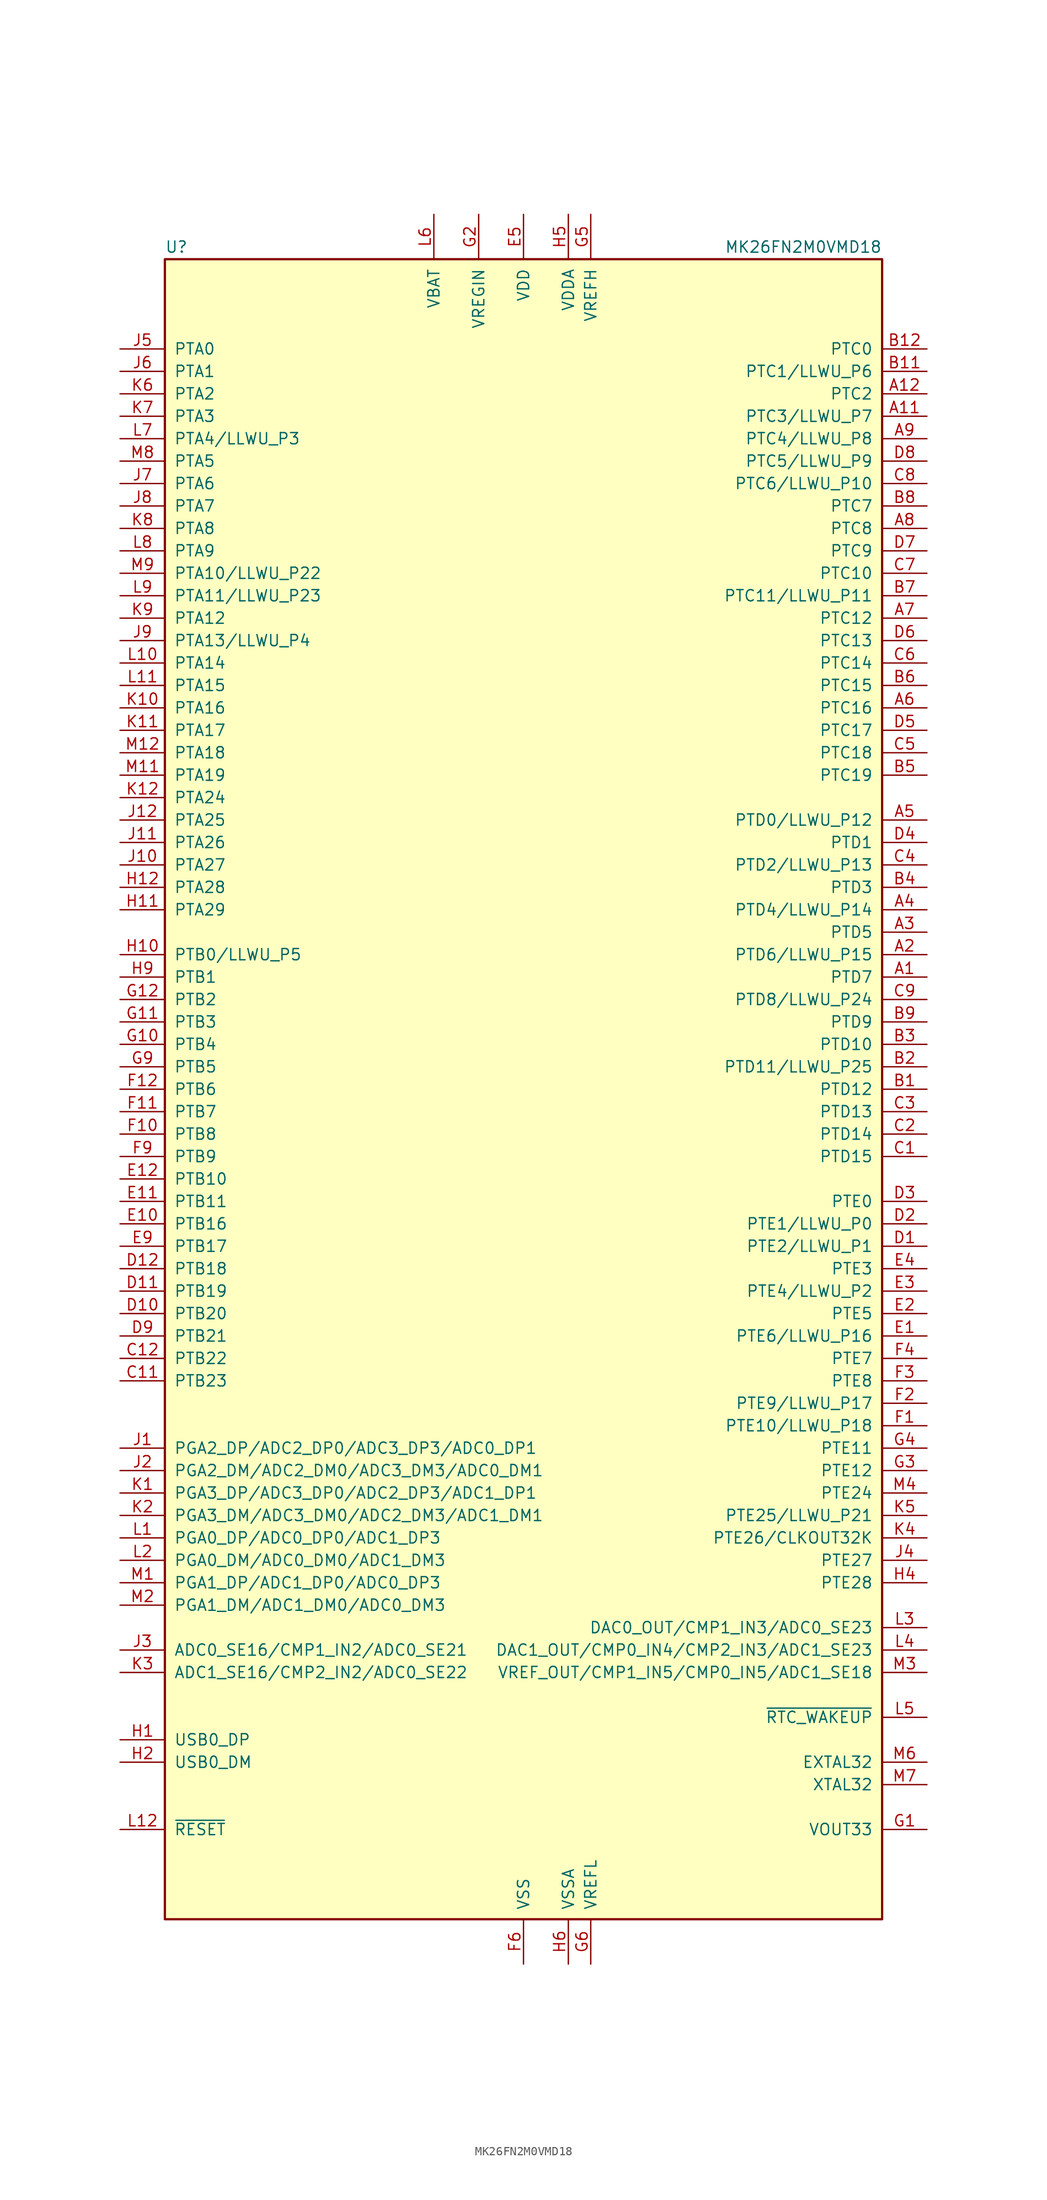
<source format=kicad_sym>
(kicad_symbol_lib
  (version 20220914)
  (generator kicad_symbol_editor)
  (symbol "MK26FN2M0VMD18"
    (pin_names
      (offset 1.016))
    (property "Reference" "U"
      (at -40.64 94.615 0)
      (effects (font (size 1.27 1.27)) (justify left bottom)))
    (property "Value" "MK26FN2M0VMD18"
      (at 40.64 94.615 0)
      (effects (font (size 1.27 1.27)) (justify right bottom)))
    (symbol "MK26FN2M0VMD18_0_1"
      (rectangle (start -40.64 93.98) (end 40.64 -93.98) (stroke (width 0.254) (type default)) (fill (type background))))
    (symbol "MK26FN2M0VMD18_1_1"
      (pin bidirectional line (at 45.72 12.7 180) (length 5.08) (name "PTD7" (effects (font (size 1.27 1.27)))) (number "A1" (effects (font (size 1.27 1.27)))))
      (pin no_connect line (at -12.7 -99.06 90) (length 5.08) hide (name "NC" (effects (font (size 1.27 1.27)))) (number "A10" (effects (font (size 1.27 1.27)))))
      (pin bidirectional line (at 45.72 76.2 180) (length 5.08) (name "PTC3/LLWU_P7" (effects (font (size 1.27 1.27)))) (number "A11" (effects (font (size 1.27 1.27)))))
      (pin bidirectional line (at 45.72 78.74 180) (length 5.08) (name "PTC2" (effects (font (size 1.27 1.27)))) (number "A12" (effects (font (size 1.27 1.27)))))
      (pin bidirectional line (at 45.72 15.24 180) (length 5.08) (name "PTD6/LLWU_P15" (effects (font (size 1.27 1.27)))) (number "A2" (effects (font (size 1.27 1.27)))))
      (pin bidirectional line (at 45.72 17.78 180) (length 5.08) (name "PTD5" (effects (font (size 1.27 1.27)))) (number "A3" (effects (font (size 1.27 1.27)))))
      (pin bidirectional line (at 45.72 20.32 180) (length 5.08) (name "PTD4/LLWU_P14" (effects (font (size 1.27 1.27)))) (number "A4" (effects (font (size 1.27 1.27)))))
      (pin bidirectional line (at 45.72 30.48 180) (length 5.08) (name "PTD0/LLWU_P12" (effects (font (size 1.27 1.27)))) (number "A5" (effects (font (size 1.27 1.27)))))
      (pin bidirectional line (at 45.72 43.18 180) (length 5.08) (name "PTC16" (effects (font (size 1.27 1.27)))) (number "A6" (effects (font (size 1.27 1.27)))))
      (pin bidirectional line (at 45.72 53.34 180) (length 5.08) (name "PTC12" (effects (font (size 1.27 1.27)))) (number "A7" (effects (font (size 1.27 1.27)))))
      (pin bidirectional line (at 45.72 63.5 180) (length 5.08) (name "PTC8" (effects (font (size 1.27 1.27)))) (number "A8" (effects (font (size 1.27 1.27)))))
      (pin bidirectional line (at 45.72 73.66 180) (length 5.08) (name "PTC4/LLWU_P8" (effects (font (size 1.27 1.27)))) (number "A9" (effects (font (size 1.27 1.27)))))
      (pin bidirectional line (at 45.72 0 180) (length 5.08) (name "PTD12" (effects (font (size 1.27 1.27)))) (number "B1" (effects (font (size 1.27 1.27)))))
      (pin no_connect line (at -10.16 -99.06 90) (length 5.08) hide (name "NC" (effects (font (size 1.27 1.27)))) (number "B10" (effects (font (size 1.27 1.27)))))
      (pin bidirectional line (at 45.72 81.28 180) (length 5.08) (name "PTC1/LLWU_P6" (effects (font (size 1.27 1.27)))) (number "B11" (effects (font (size 1.27 1.27)))))
      (pin bidirectional line (at 45.72 83.82 180) (length 5.08) (name "PTC0" (effects (font (size 1.27 1.27)))) (number "B12" (effects (font (size 1.27 1.27)))))
      (pin bidirectional line (at 45.72 2.54 180) (length 5.08) (name "PTD11/LLWU_P25" (effects (font (size 1.27 1.27)))) (number "B2" (effects (font (size 1.27 1.27)))))
      (pin bidirectional line (at 45.72 5.08 180) (length 5.08) (name "PTD10" (effects (font (size 1.27 1.27)))) (number "B3" (effects (font (size 1.27 1.27)))))
      (pin bidirectional line (at 45.72 22.86 180) (length 5.08) (name "PTD3" (effects (font (size 1.27 1.27)))) (number "B4" (effects (font (size 1.27 1.27)))))
      (pin bidirectional line (at 45.72 35.56 180) (length 5.08) (name "PTC19" (effects (font (size 1.27 1.27)))) (number "B5" (effects (font (size 1.27 1.27)))))
      (pin bidirectional line (at 45.72 45.72 180) (length 5.08) (name "PTC15" (effects (font (size 1.27 1.27)))) (number "B6" (effects (font (size 1.27 1.27)))))
      (pin bidirectional line (at 45.72 55.88 180) (length 5.08) (name "PTC11/LLWU_P11" (effects (font (size 1.27 1.27)))) (number "B7" (effects (font (size 1.27 1.27)))))
      (pin bidirectional line (at 45.72 66.04 180) (length 5.08) (name "PTC7" (effects (font (size 1.27 1.27)))) (number "B8" (effects (font (size 1.27 1.27)))))
      (pin bidirectional line (at 45.72 7.62 180) (length 5.08) (name "PTD9" (effects (font (size 1.27 1.27)))) (number "B9" (effects (font (size 1.27 1.27)))))
      (pin bidirectional line (at 45.72 -7.62 180) (length 5.08) (name "PTD15" (effects (font (size 1.27 1.27)))) (number "C1" (effects (font (size 1.27 1.27)))))
      (pin no_connect line (at -7.62 -99.06 90) (length 5.08) hide (name "NC" (effects (font (size 1.27 1.27)))) (number "C10" (effects (font (size 1.27 1.27)))))
      (pin bidirectional line (at -45.72 -33.02 0) (length 5.08) (name "PTB23" (effects (font (size 1.27 1.27)))) (number "C11" (effects (font (size 1.27 1.27)))))
      (pin bidirectional line (at -45.72 -30.48 0) (length 5.08) (name "PTB22" (effects (font (size 1.27 1.27)))) (number "C12" (effects (font (size 1.27 1.27)))))
      (pin bidirectional line (at 45.72 -5.08 180) (length 5.08) (name "PTD14" (effects (font (size 1.27 1.27)))) (number "C2" (effects (font (size 1.27 1.27)))))
      (pin bidirectional line (at 45.72 -2.54 180) (length 5.08) (name "PTD13" (effects (font (size 1.27 1.27)))) (number "C3" (effects (font (size 1.27 1.27)))))
      (pin bidirectional line (at 45.72 25.4 180) (length 5.08) (name "PTD2/LLWU_P13" (effects (font (size 1.27 1.27)))) (number "C4" (effects (font (size 1.27 1.27)))))
      (pin bidirectional line (at 45.72 38.1 180) (length 5.08) (name "PTC18" (effects (font (size 1.27 1.27)))) (number "C5" (effects (font (size 1.27 1.27)))))
      (pin bidirectional line (at 45.72 48.26 180) (length 5.08) (name "PTC14" (effects (font (size 1.27 1.27)))) (number "C6" (effects (font (size 1.27 1.27)))))
      (pin bidirectional line (at 45.72 58.42 180) (length 5.08) (name "PTC10" (effects (font (size 1.27 1.27)))) (number "C7" (effects (font (size 1.27 1.27)))))
      (pin bidirectional line (at 45.72 68.58 180) (length 5.08) (name "PTC6/LLWU_P10" (effects (font (size 1.27 1.27)))) (number "C8" (effects (font (size 1.27 1.27)))))
      (pin bidirectional line (at 45.72 10.16 180) (length 5.08) (name "PTD8/LLWU_P24" (effects (font (size 1.27 1.27)))) (number "C9" (effects (font (size 1.27 1.27)))))
      (pin bidirectional line (at 45.72 -17.78 180) (length 5.08) (name "PTE2/LLWU_P1" (effects (font (size 1.27 1.27)))) (number "D1" (effects (font (size 1.27 1.27)))))
      (pin bidirectional line (at -45.72 -25.4 0) (length 5.08) (name "PTB20" (effects (font (size 1.27 1.27)))) (number "D10" (effects (font (size 1.27 1.27)))))
      (pin bidirectional line (at -45.72 -22.86 0) (length 5.08) (name "PTB19" (effects (font (size 1.27 1.27)))) (number "D11" (effects (font (size 1.27 1.27)))))
      (pin bidirectional line (at -45.72 -20.32 0) (length 5.08) (name "PTB18" (effects (font (size 1.27 1.27)))) (number "D12" (effects (font (size 1.27 1.27)))))
      (pin bidirectional line (at 45.72 -15.24 180) (length 5.08) (name "PTE1/LLWU_P0" (effects (font (size 1.27 1.27)))) (number "D2" (effects (font (size 1.27 1.27)))))
      (pin bidirectional line (at 45.72 -12.7 180) (length 5.08) (name "PTE0" (effects (font (size 1.27 1.27)))) (number "D3" (effects (font (size 1.27 1.27)))))
      (pin bidirectional line (at 45.72 27.94 180) (length 5.08) (name "PTD1" (effects (font (size 1.27 1.27)))) (number "D4" (effects (font (size 1.27 1.27)))))
      (pin bidirectional line (at 45.72 40.64 180) (length 5.08) (name "PTC17" (effects (font (size 1.27 1.27)))) (number "D5" (effects (font (size 1.27 1.27)))))
      (pin bidirectional line (at 45.72 50.8 180) (length 5.08) (name "PTC13" (effects (font (size 1.27 1.27)))) (number "D6" (effects (font (size 1.27 1.27)))))
      (pin bidirectional line (at 45.72 60.96 180) (length 5.08) (name "PTC9" (effects (font (size 1.27 1.27)))) (number "D7" (effects (font (size 1.27 1.27)))))
      (pin bidirectional line (at 45.72 71.12 180) (length 5.08) (name "PTC5/LLWU_P9" (effects (font (size 1.27 1.27)))) (number "D8" (effects (font (size 1.27 1.27)))))
      (pin bidirectional line (at -45.72 -27.94 0) (length 5.08) (name "PTB21" (effects (font (size 1.27 1.27)))) (number "D9" (effects (font (size 1.27 1.27)))))
      (pin bidirectional line (at 45.72 -27.94 180) (length 5.08) (name "PTE6/LLWU_P16" (effects (font (size 1.27 1.27)))) (number "E1" (effects (font (size 1.27 1.27)))))
      (pin bidirectional line (at -45.72 -15.24 0) (length 5.08) (name "PTB16" (effects (font (size 1.27 1.27)))) (number "E10" (effects (font (size 1.27 1.27)))))
      (pin bidirectional line (at -45.72 -12.7 0) (length 5.08) (name "PTB11" (effects (font (size 1.27 1.27)))) (number "E11" (effects (font (size 1.27 1.27)))))
      (pin bidirectional line (at -45.72 -10.16 0) (length 5.08) (name "PTB10" (effects (font (size 1.27 1.27)))) (number "E12" (effects (font (size 1.27 1.27)))))
      (pin bidirectional line (at 45.72 -25.4 180) (length 5.08) (name "PTE5" (effects (font (size 1.27 1.27)))) (number "E2" (effects (font (size 1.27 1.27)))))
      (pin bidirectional line (at 45.72 -22.86 180) (length 5.08) (name "PTE4/LLWU_P2" (effects (font (size 1.27 1.27)))) (number "E3" (effects (font (size 1.27 1.27)))))
      (pin bidirectional line (at 45.72 -20.32 180) (length 5.08) (name "PTE3" (effects (font (size 1.27 1.27)))) (number "E4" (effects (font (size 1.27 1.27)))))
      (pin power_in line (at 0 99.06 270) (length 5.08) (name "VDD" (effects (font (size 1.27 1.27)))) (number "E5" (effects (font (size 1.27 1.27)))))
      (pin passive line (at 0 99.06 270) (length 5.08) hide (name "VDD" (effects (font (size 1.27 1.27)))) (number "E6" (effects (font (size 1.27 1.27)))))
      (pin passive line (at 0 99.06 270) (length 5.08) hide (name "VDD" (effects (font (size 1.27 1.27)))) (number "E7" (effects (font (size 1.27 1.27)))))
      (pin passive line (at 0 99.06 270) (length 5.08) hide (name "VDD" (effects (font (size 1.27 1.27)))) (number "E8" (effects (font (size 1.27 1.27)))))
      (pin bidirectional line (at -45.72 -17.78 0) (length 5.08) (name "PTB17" (effects (font (size 1.27 1.27)))) (number "E9" (effects (font (size 1.27 1.27)))))
      (pin bidirectional line (at 45.72 -38.1 180) (length 5.08) (name "PTE10/LLWU_P18" (effects (font (size 1.27 1.27)))) (number "F1" (effects (font (size 1.27 1.27)))))
      (pin bidirectional line (at -45.72 -5.08 0) (length 5.08) (name "PTB8" (effects (font (size 1.27 1.27)))) (number "F10" (effects (font (size 1.27 1.27)))))
      (pin bidirectional line (at -45.72 -2.54 0) (length 5.08) (name "PTB7" (effects (font (size 1.27 1.27)))) (number "F11" (effects (font (size 1.27 1.27)))))
      (pin bidirectional line (at -45.72 0 0) (length 5.08) (name "PTB6" (effects (font (size 1.27 1.27)))) (number "F12" (effects (font (size 1.27 1.27)))))
      (pin bidirectional line (at 45.72 -35.56 180) (length 5.08) (name "PTE9/LLWU_P17" (effects (font (size 1.27 1.27)))) (number "F2" (effects (font (size 1.27 1.27)))))
      (pin bidirectional line (at 45.72 -33.02 180) (length 5.08) (name "PTE8" (effects (font (size 1.27 1.27)))) (number "F3" (effects (font (size 1.27 1.27)))))
      (pin bidirectional line (at 45.72 -30.48 180) (length 5.08) (name "PTE7" (effects (font (size 1.27 1.27)))) (number "F4" (effects (font (size 1.27 1.27)))))
      (pin passive line (at 0 99.06 270) (length 5.08) hide (name "VDD" (effects (font (size 1.27 1.27)))) (number "F5" (effects (font (size 1.27 1.27)))))
      (pin power_in line (at 0 -99.06 90) (length 5.08) (name "VSS" (effects (font (size 1.27 1.27)))) (number "F6" (effects (font (size 1.27 1.27)))))
      (pin passive line (at 0 -99.06 90) (length 5.08) hide (name "VSS" (effects (font (size 1.27 1.27)))) (number "F7" (effects (font (size 1.27 1.27)))))
      (pin passive line (at 0 99.06 270) (length 5.08) hide (name "VDD" (effects (font (size 1.27 1.27)))) (number "F8" (effects (font (size 1.27 1.27)))))
      (pin bidirectional line (at -45.72 -7.62 0) (length 5.08) (name "PTB9" (effects (font (size 1.27 1.27)))) (number "F9" (effects (font (size 1.27 1.27)))))
      (pin power_out line (at 45.72 -83.82 180) (length 5.08) (name "VOUT33" (effects (font (size 1.27 1.27)))) (number "G1" (effects (font (size 1.27 1.27)))))
      (pin bidirectional line (at -45.72 5.08 0) (length 5.08) (name "PTB4" (effects (font (size 1.27 1.27)))) (number "G10" (effects (font (size 1.27 1.27)))))
      (pin bidirectional line (at -45.72 7.62 0) (length 5.08) (name "PTB3" (effects (font (size 1.27 1.27)))) (number "G11" (effects (font (size 1.27 1.27)))))
      (pin bidirectional line (at -45.72 10.16 0) (length 5.08) (name "PTB2" (effects (font (size 1.27 1.27)))) (number "G12" (effects (font (size 1.27 1.27)))))
      (pin power_in line (at -5.08 99.06 270) (length 5.08) (name "VREGIN" (effects (font (size 1.27 1.27)))) (number "G2" (effects (font (size 1.27 1.27)))))
      (pin bidirectional line (at 45.72 -43.18 180) (length 5.08) (name "PTE12" (effects (font (size 1.27 1.27)))) (number "G3" (effects (font (size 1.27 1.27)))))
      (pin bidirectional line (at 45.72 -40.64 180) (length 5.08) (name "PTE11" (effects (font (size 1.27 1.27)))) (number "G4" (effects (font (size 1.27 1.27)))))
      (pin power_in line (at 7.62 99.06 270) (length 5.08) (name "VREFH" (effects (font (size 1.27 1.27)))) (number "G5" (effects (font (size 1.27 1.27)))))
      (pin power_in line (at 7.62 -99.06 90) (length 5.08) (name "VREFL" (effects (font (size 1.27 1.27)))) (number "G6" (effects (font (size 1.27 1.27)))))
      (pin passive line (at 0 -99.06 90) (length 5.08) hide (name "VSS" (effects (font (size 1.27 1.27)))) (number "G7" (effects (font (size 1.27 1.27)))))
      (pin passive line (at 0 -99.06 90) (length 5.08) hide (name "VSS" (effects (font (size 1.27 1.27)))) (number "G8" (effects (font (size 1.27 1.27)))))
      (pin bidirectional line (at -45.72 2.54 0) (length 5.08) (name "PTB5" (effects (font (size 1.27 1.27)))) (number "G9" (effects (font (size 1.27 1.27)))))
      (pin bidirectional line (at -45.72 -73.66 0) (length 5.08) (name "USB0_DP" (effects (font (size 1.27 1.27)))) (number "H1" (effects (font (size 1.27 1.27)))))
      (pin bidirectional line (at -45.72 15.24 0) (length 5.08) (name "PTB0/LLWU_P5" (effects (font (size 1.27 1.27)))) (number "H10" (effects (font (size 1.27 1.27)))))
      (pin bidirectional line (at -45.72 20.32 0) (length 5.08) (name "PTA29" (effects (font (size 1.27 1.27)))) (number "H11" (effects (font (size 1.27 1.27)))))
      (pin bidirectional line (at -45.72 22.86 0) (length 5.08) (name "PTA28" (effects (font (size 1.27 1.27)))) (number "H12" (effects (font (size 1.27 1.27)))))
      (pin bidirectional line (at -45.72 -76.2 0) (length 5.08) (name "USB0_DM" (effects (font (size 1.27 1.27)))) (number "H2" (effects (font (size 1.27 1.27)))))
      (pin passive line (at 0 -99.06 90) (length 5.08) hide (name "VSS" (effects (font (size 1.27 1.27)))) (number "H3" (effects (font (size 1.27 1.27)))))
      (pin bidirectional line (at 45.72 -55.88 180) (length 5.08) (name "PTE28" (effects (font (size 1.27 1.27)))) (number "H4" (effects (font (size 1.27 1.27)))))
      (pin power_in line (at 5.08 99.06 270) (length 5.08) (name "VDDA" (effects (font (size 1.27 1.27)))) (number "H5" (effects (font (size 1.27 1.27)))))
      (pin power_in line (at 5.08 -99.06 90) (length 5.08) (name "VSSA" (effects (font (size 1.27 1.27)))) (number "H6" (effects (font (size 1.27 1.27)))))
      (pin passive line (at 0 -99.06 90) (length 5.08) hide (name "VSS" (effects (font (size 1.27 1.27)))) (number "H7" (effects (font (size 1.27 1.27)))))
      (pin passive line (at 0 -99.06 90) (length 5.08) hide (name "VSS" (effects (font (size 1.27 1.27)))) (number "H8" (effects (font (size 1.27 1.27)))))
      (pin bidirectional line (at -45.72 12.7 0) (length 5.08) (name "PTB1" (effects (font (size 1.27 1.27)))) (number "H9" (effects (font (size 1.27 1.27)))))
      (pin input line (at -45.72 -40.64 0) (length 5.08) (name "PGA2_DP/ADC2_DP0/ADC3_DP3/ADC0_DP1" (effects (font (size 1.27 1.27)))) (number "J1" (effects (font (size 1.27 1.27)))))
      (pin bidirectional line (at -45.72 25.4 0) (length 5.08) (name "PTA27" (effects (font (size 1.27 1.27)))) (number "J10" (effects (font (size 1.27 1.27)))))
      (pin bidirectional line (at -45.72 27.94 0) (length 5.08) (name "PTA26" (effects (font (size 1.27 1.27)))) (number "J11" (effects (font (size 1.27 1.27)))))
      (pin bidirectional line (at -45.72 30.48 0) (length 5.08) (name "PTA25" (effects (font (size 1.27 1.27)))) (number "J12" (effects (font (size 1.27 1.27)))))
      (pin input line (at -45.72 -43.18 0) (length 5.08) (name "PGA2_DM/ADC2_DM0/ADC3_DM3/ADC0_DM1" (effects (font (size 1.27 1.27)))) (number "J2" (effects (font (size 1.27 1.27)))))
      (pin input line (at -45.72 -63.5 0) (length 5.08) (name "ADC0_SE16/CMP1_IN2/ADC0_SE21" (effects (font (size 1.27 1.27)))) (number "J3" (effects (font (size 1.27 1.27)))))
      (pin bidirectional line (at 45.72 -53.34 180) (length 5.08) (name "PTE27" (effects (font (size 1.27 1.27)))) (number "J4" (effects (font (size 1.27 1.27)))))
      (pin bidirectional line (at -45.72 83.82 0) (length 5.08) (name "PTA0" (effects (font (size 1.27 1.27)))) (number "J5" (effects (font (size 1.27 1.27)))))
      (pin bidirectional line (at -45.72 81.28 0) (length 5.08) (name "PTA1" (effects (font (size 1.27 1.27)))) (number "J6" (effects (font (size 1.27 1.27)))))
      (pin bidirectional line (at -45.72 68.58 0) (length 5.08) (name "PTA6" (effects (font (size 1.27 1.27)))) (number "J7" (effects (font (size 1.27 1.27)))))
      (pin bidirectional line (at -45.72 66.04 0) (length 5.08) (name "PTA7" (effects (font (size 1.27 1.27)))) (number "J8" (effects (font (size 1.27 1.27)))))
      (pin bidirectional line (at -45.72 50.8 0) (length 5.08) (name "PTA13/LLWU_P4" (effects (font (size 1.27 1.27)))) (number "J9" (effects (font (size 1.27 1.27)))))
      (pin input line (at -45.72 -45.72 0) (length 5.08) (name "PGA3_DP/ADC3_DP0/ADC2_DP3/ADC1_DP1" (effects (font (size 1.27 1.27)))) (number "K1" (effects (font (size 1.27 1.27)))))
      (pin bidirectional line (at -45.72 43.18 0) (length 5.08) (name "PTA16" (effects (font (size 1.27 1.27)))) (number "K10" (effects (font (size 1.27 1.27)))))
      (pin bidirectional line (at -45.72 40.64 0) (length 5.08) (name "PTA17" (effects (font (size 1.27 1.27)))) (number "K11" (effects (font (size 1.27 1.27)))))
      (pin bidirectional line (at -45.72 33.02 0) (length 5.08) (name "PTA24" (effects (font (size 1.27 1.27)))) (number "K12" (effects (font (size 1.27 1.27)))))
      (pin input line (at -45.72 -48.26 0) (length 5.08) (name "PGA3_DM/ADC3_DM0/ADC2_DM3/ADC1_DM1" (effects (font (size 1.27 1.27)))) (number "K2" (effects (font (size 1.27 1.27)))))
      (pin input line (at -45.72 -66.04 0) (length 5.08) (name "ADC1_SE16/CMP2_IN2/ADC0_SE22" (effects (font (size 1.27 1.27)))) (number "K3" (effects (font (size 1.27 1.27)))))
      (pin bidirectional line (at 45.72 -50.8 180) (length 5.08) (name "PTE26/CLKOUT32K" (effects (font (size 1.27 1.27)))) (number "K4" (effects (font (size 1.27 1.27)))))
      (pin bidirectional line (at 45.72 -48.26 180) (length 5.08) (name "PTE25/LLWU_P21" (effects (font (size 1.27 1.27)))) (number "K5" (effects (font (size 1.27 1.27)))))
      (pin bidirectional line (at -45.72 78.74 0) (length 5.08) (name "PTA2" (effects (font (size 1.27 1.27)))) (number "K6" (effects (font (size 1.27 1.27)))))
      (pin bidirectional line (at -45.72 76.2 0) (length 5.08) (name "PTA3" (effects (font (size 1.27 1.27)))) (number "K7" (effects (font (size 1.27 1.27)))))
      (pin bidirectional line (at -45.72 63.5 0) (length 5.08) (name "PTA8" (effects (font (size 1.27 1.27)))) (number "K8" (effects (font (size 1.27 1.27)))))
      (pin bidirectional line (at -45.72 53.34 0) (length 5.08) (name "PTA12" (effects (font (size 1.27 1.27)))) (number "K9" (effects (font (size 1.27 1.27)))))
      (pin input line (at -45.72 -50.8 0) (length 5.08) (name "PGA0_DP/ADC0_DP0/ADC1_DP3" (effects (font (size 1.27 1.27)))) (number "L1" (effects (font (size 1.27 1.27)))))
      (pin bidirectional line (at -45.72 48.26 0) (length 5.08) (name "PTA14" (effects (font (size 1.27 1.27)))) (number "L10" (effects (font (size 1.27 1.27)))))
      (pin bidirectional line (at -45.72 45.72 0) (length 5.08) (name "PTA15" (effects (font (size 1.27 1.27)))) (number "L11" (effects (font (size 1.27 1.27)))))
      (pin bidirectional line (at -45.72 -83.82 0) (length 5.08) (name "~{RESET}" (effects (font (size 1.27 1.27)))) (number "L12" (effects (font (size 1.27 1.27)))))
      (pin input line (at -45.72 -53.34 0) (length 5.08) (name "PGA0_DM/ADC0_DM0/ADC1_DM3" (effects (font (size 1.27 1.27)))) (number "L2" (effects (font (size 1.27 1.27)))))
      (pin bidirectional line (at 45.72 -60.96 180) (length 5.08) (name "DAC0_OUT/CMP1_IN3/ADC0_SE23" (effects (font (size 1.27 1.27)))) (number "L3" (effects (font (size 1.27 1.27)))))
      (pin bidirectional line (at 45.72 -63.5 180) (length 5.08) (name "DAC1_OUT/CMP0_IN4/CMP2_IN3/ADC1_SE23" (effects (font (size 1.27 1.27)))) (number "L4" (effects (font (size 1.27 1.27)))))
      (pin output line (at 45.72 -71.12 180) (length 5.08) (name "~{RTC_WAKEUP}" (effects (font (size 1.27 1.27)))) (number "L5" (effects (font (size 1.27 1.27)))))
      (pin power_in line (at -10.16 99.06 270) (length 5.08) (name "VBAT" (effects (font (size 1.27 1.27)))) (number "L6" (effects (font (size 1.27 1.27)))))
      (pin bidirectional line (at -45.72 73.66 0) (length 5.08) (name "PTA4/LLWU_P3" (effects (font (size 1.27 1.27)))) (number "L7" (effects (font (size 1.27 1.27)))))
      (pin bidirectional line (at -45.72 60.96 0) (length 5.08) (name "PTA9" (effects (font (size 1.27 1.27)))) (number "L8" (effects (font (size 1.27 1.27)))))
      (pin bidirectional line (at -45.72 55.88 0) (length 5.08) (name "PTA11/LLWU_P23" (effects (font (size 1.27 1.27)))) (number "L9" (effects (font (size 1.27 1.27)))))
      (pin input line (at -45.72 -55.88 0) (length 5.08) (name "PGA1_DP/ADC1_DP0/ADC0_DP3" (effects (font (size 1.27 1.27)))) (number "M1" (effects (font (size 1.27 1.27)))))
      (pin passive line (at 0 -99.06 90) (length 5.08) hide (name "VSS" (effects (font (size 1.27 1.27)))) (number "M10" (effects (font (size 1.27 1.27)))))
      (pin bidirectional line (at -45.72 35.56 0) (length 5.08) (name "PTA19" (effects (font (size 1.27 1.27)))) (number "M11" (effects (font (size 1.27 1.27)))))
      (pin bidirectional line (at -45.72 38.1 0) (length 5.08) (name "PTA18" (effects (font (size 1.27 1.27)))) (number "M12" (effects (font (size 1.27 1.27)))))
      (pin input line (at -45.72 -58.42 0) (length 5.08) (name "PGA1_DM/ADC1_DM0/ADC0_DM3" (effects (font (size 1.27 1.27)))) (number "M2" (effects (font (size 1.27 1.27)))))
      (pin bidirectional line (at 45.72 -66.04 180) (length 5.08) (name "VREF_OUT/CMP1_IN5/CMP0_IN5/ADC1_SE18" (effects (font (size 1.27 1.27)))) (number "M3" (effects (font (size 1.27 1.27)))))
      (pin bidirectional line (at 45.72 -45.72 180) (length 5.08) (name "PTE24" (effects (font (size 1.27 1.27)))) (number "M4" (effects (font (size 1.27 1.27)))))
      (pin no_connect line (at -5.08 -99.06 90) (length 5.08) hide (name "NC" (effects (font (size 1.27 1.27)))) (number "M5" (effects (font (size 1.27 1.27)))))
      (pin input line (at 45.72 -76.2 180) (length 5.08) (name "EXTAL32" (effects (font (size 1.27 1.27)))) (number "M6" (effects (font (size 1.27 1.27)))))
      (pin output line (at 45.72 -78.74 180) (length 5.08) (name "XTAL32" (effects (font (size 1.27 1.27)))) (number "M7" (effects (font (size 1.27 1.27)))))
      (pin bidirectional line (at -45.72 71.12 0) (length 5.08) (name "PTA5" (effects (font (size 1.27 1.27)))) (number "M8" (effects (font (size 1.27 1.27)))))
      (pin bidirectional line (at -45.72 58.42 0) (length 5.08) (name "PTA10/LLWU_P22" (effects (font (size 1.27 1.27)))) (number "M9" (effects (font (size 1.27 1.27))))))))
</source>
